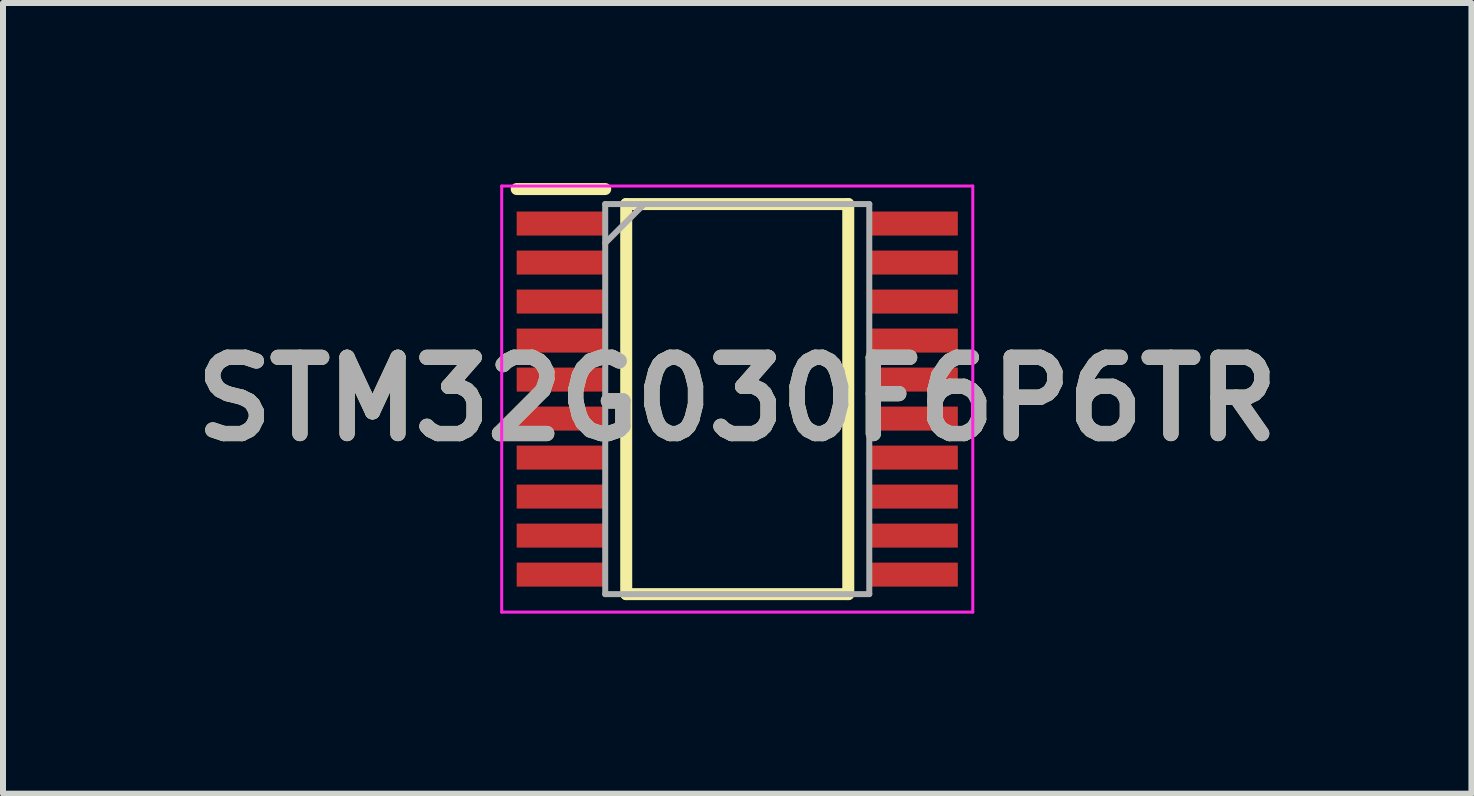
<source format=kicad_pcb>
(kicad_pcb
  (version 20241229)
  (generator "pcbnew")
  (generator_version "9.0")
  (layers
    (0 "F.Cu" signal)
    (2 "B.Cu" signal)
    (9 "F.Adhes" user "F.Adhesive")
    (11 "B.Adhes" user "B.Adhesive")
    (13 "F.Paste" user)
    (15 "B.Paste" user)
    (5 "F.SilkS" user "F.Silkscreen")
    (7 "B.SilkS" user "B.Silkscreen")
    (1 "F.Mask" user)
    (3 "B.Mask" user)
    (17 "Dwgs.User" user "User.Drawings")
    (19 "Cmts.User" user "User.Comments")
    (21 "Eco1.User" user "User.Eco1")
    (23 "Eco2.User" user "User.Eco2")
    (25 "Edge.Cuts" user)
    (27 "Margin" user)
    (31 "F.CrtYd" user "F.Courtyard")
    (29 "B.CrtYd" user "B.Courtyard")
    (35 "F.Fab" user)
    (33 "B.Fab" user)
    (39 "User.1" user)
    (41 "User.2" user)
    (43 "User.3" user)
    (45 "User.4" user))
  (footprint "STM32G030F6P6TR"
    (layer "F.Cu")
    (at 9.235 3.6)
    (property "Reference" "STM32G030F6P6TR" (at 0 0 0) (layer "F.SilkS") (effects (font (size 1.27 1.27) (thickness 0.254))))
    (attr smd)
    (fp_line (start -3.675 -3.5) (end -2.2 -3.5) (stroke (width 0.2) (type solid)) (layer "F.SilkS"))
    (fp_line (start -1.85 -3.25) (end 1.85 -3.25) (stroke (width 0.2) (type solid)) (layer "F.SilkS"))
    (fp_line (start -1.85 3.25) (end -1.85 -3.25) (stroke (width 0.2) (type solid)) (layer "F.SilkS"))
    (fp_line (start 1.85 -3.25) (end 1.85 3.25) (stroke (width 0.2) (type solid)) (layer "F.SilkS"))
    (fp_line (start 1.85 3.25) (end -1.85 3.25) (stroke (width 0.2) (type solid)) (layer "F.SilkS"))
    (fp_line (start -3.925 -3.55) (end 3.925 -3.55) (stroke (width 0.05) (type solid)) (layer "F.CrtYd"))
    (fp_line (start -3.925 3.55) (end -3.925 -3.55) (stroke (width 0.05) (type solid)) (layer "F.CrtYd"))
    (fp_line (start 3.925 -3.55) (end 3.925 3.55) (stroke (width 0.05) (type solid)) (layer "F.CrtYd"))
    (fp_line (start 3.925 3.55) (end -3.925 3.55) (stroke (width 0.05) (type solid)) (layer "F.CrtYd"))
    (fp_line (start -2.2 -3.25) (end 2.2 -3.25) (stroke (width 0.1) (type solid)) (layer "F.Fab"))
    (fp_line (start -2.2 -2.6) (end -1.55 -3.25) (stroke (width 0.1) (type solid)) (layer "F.Fab"))
    (fp_line (start -2.2 3.25) (end -2.2 -3.25) (stroke (width 0.1) (type solid)) (layer "F.Fab"))
    (fp_line (start 2.2 -3.25) (end 2.2 3.25) (stroke (width 0.1) (type solid)) (layer "F.Fab"))
    (fp_line (start 2.2 3.25) (end -2.2 3.25) (stroke (width 0.1) (type solid)) (layer "F.Fab"))
    (fp_text user "${REFERENCE}" (at 0 0 0) (layer "F.Fab") (effects (font (size 1.27 1.27) (thickness 0.254))))
    (pad "1" smd rect (at -2.938 -2.925 90) (size 0.4 1.475) (layers "F.Cu" "F.Mask" "F.Paste"))
    (pad "2" smd rect (at -2.938 -2.275 90) (size 0.4 1.475) (layers "F.Cu" "F.Mask" "F.Paste"))
    (pad "3" smd rect (at -2.938 -1.625 90) (size 0.4 1.475) (layers "F.Cu" "F.Mask" "F.Paste"))
    (pad "4" smd rect (at -2.938 -0.975 90) (size 0.4 1.475) (layers "F.Cu" "F.Mask" "F.Paste"))
    (pad "5" smd rect (at -2.938 -0.325 90) (size 0.4 1.475) (layers "F.Cu" "F.Mask" "F.Paste"))
    (pad "6" smd rect (at -2.938 0.325 90) (size 0.4 1.475) (layers "F.Cu" "F.Mask" "F.Paste"))
    (pad "7" smd rect (at -2.938 0.975 90) (size 0.4 1.475) (layers "F.Cu" "F.Mask" "F.Paste"))
    (pad "8" smd rect (at -2.938 1.625 90) (size 0.4 1.475) (layers "F.Cu" "F.Mask" "F.Paste"))
    (pad "9" smd rect (at -2.938 2.275 90) (size 0.4 1.475) (layers "F.Cu" "F.Mask" "F.Paste"))
    (pad "10" smd rect (at -2.938 2.925 90) (size 0.4 1.475) (layers "F.Cu" "F.Mask" "F.Paste"))
    (pad "11" smd rect (at 2.938 2.925 90) (size 0.4 1.475) (layers "F.Cu" "F.Mask" "F.Paste"))
    (pad "12" smd rect (at 2.938 2.275 90) (size 0.4 1.475) (layers "F.Cu" "F.Mask" "F.Paste"))
    (pad "13" smd rect (at 2.938 1.625 90) (size 0.4 1.475) (layers "F.Cu" "F.Mask" "F.Paste"))
    (pad "14" smd rect (at 2.938 0.975 90) (size 0.4 1.475) (layers "F.Cu" "F.Mask" "F.Paste"))
    (pad "15" smd rect (at 2.938 0.325 90) (size 0.4 1.475) (layers "F.Cu" "F.Mask" "F.Paste"))
    (pad "16" smd rect (at 2.938 -0.325 90) (size 0.4 1.475) (layers "F.Cu" "F.Mask" "F.Paste"))
    (pad "17" smd rect (at 2.938 -0.975 90) (size 0.4 1.475) (layers "F.Cu" "F.Mask" "F.Paste"))
    (pad "18" smd rect (at 2.938 -1.625 90) (size 0.4 1.475) (layers "F.Cu" "F.Mask" "F.Paste"))
    (pad "19" smd rect (at 2.938 -2.275 90) (size 0.4 1.475) (layers "F.Cu" "F.Mask" "F.Paste"))
    (pad "20" smd rect (at 2.938 -2.925 90) (size 0.4 1.475) (layers "F.Cu" "F.Mask" "F.Paste")))
  (gr_rect
    (start -3 -3)
    (end 21.469 10.175)
    (stroke (width 0.1) (type default))
    (fill no)
    (layer "Edge.Cuts")))
</source>
